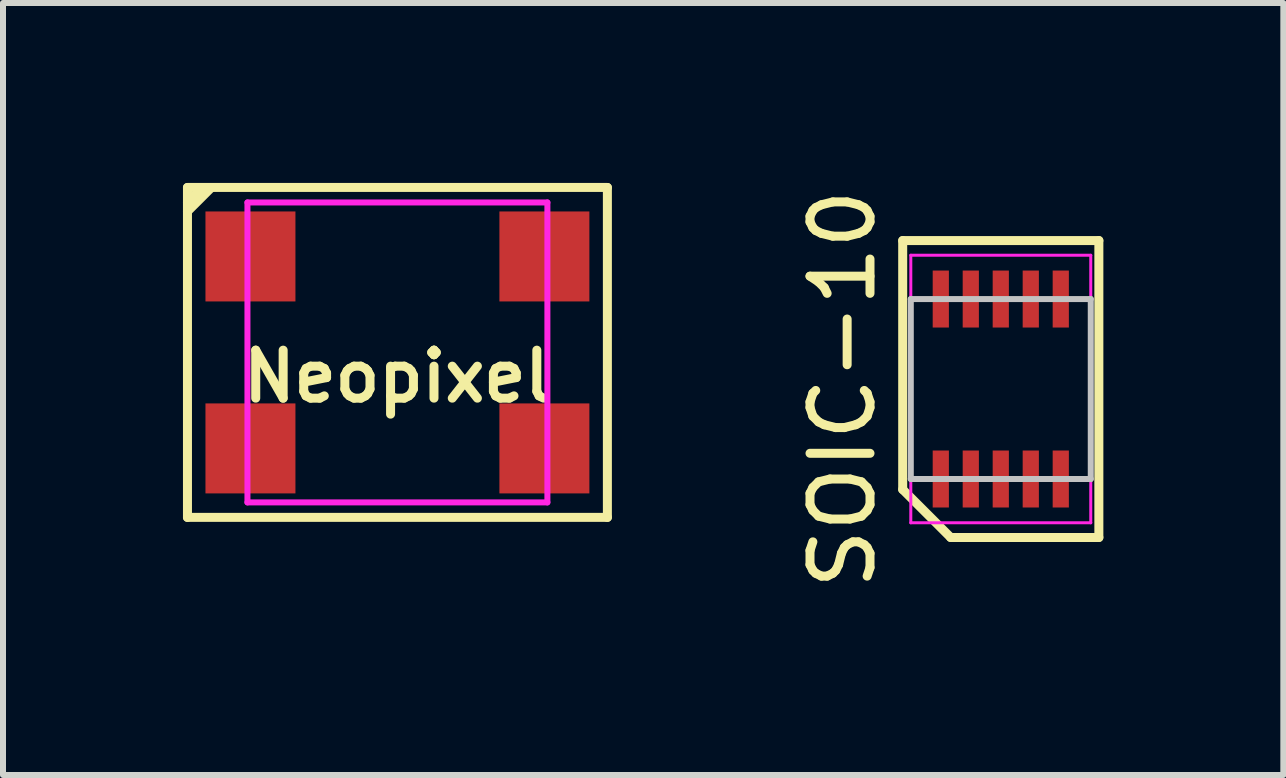
<source format=kicad_pcb>
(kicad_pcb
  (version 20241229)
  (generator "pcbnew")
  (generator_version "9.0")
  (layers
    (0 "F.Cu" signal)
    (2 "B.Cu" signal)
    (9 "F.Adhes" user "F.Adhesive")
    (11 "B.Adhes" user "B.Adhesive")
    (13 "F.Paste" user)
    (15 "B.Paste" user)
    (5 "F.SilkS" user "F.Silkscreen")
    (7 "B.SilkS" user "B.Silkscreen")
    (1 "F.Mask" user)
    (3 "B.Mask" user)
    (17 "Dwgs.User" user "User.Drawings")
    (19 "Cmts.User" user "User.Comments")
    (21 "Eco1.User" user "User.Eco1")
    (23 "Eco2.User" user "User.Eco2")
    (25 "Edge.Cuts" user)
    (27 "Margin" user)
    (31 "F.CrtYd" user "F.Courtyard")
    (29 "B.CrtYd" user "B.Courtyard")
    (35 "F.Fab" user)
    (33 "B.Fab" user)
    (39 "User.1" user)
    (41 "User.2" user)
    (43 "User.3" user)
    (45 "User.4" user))
  (footprint "Neopixel"
    (layer "F.Cu")
    (at 3.575 2.825)
    (property "Reference" "Neopixel" (at 0 0.4 0) (layer "F.SilkS") (effects (font (size 0.8 0.8) (thickness 0.15))))
    (attr smd)
    (fp_line (start -3.5 -2.75) (end 3.5 -2.75) (stroke (width 0.15) (type solid)) (layer "F.SilkS"))
    (fp_line (start -3.5 -2.5) (end -3.3 -2.7) (stroke (width 0.15) (type solid)) (layer "F.SilkS"))
    (fp_line (start -3.5 2.75) (end -3.5 -2.75) (stroke (width 0.15) (type solid)) (layer "F.SilkS"))
    (fp_line (start -3.3 -2.7) (end -3.25 -2.75) (stroke (width 0.15) (type solid)) (layer "F.SilkS"))
    (fp_line (start -3.1 -2.75) (end -3.5 -2.35) (stroke (width 0.15) (type solid)) (layer "F.SilkS"))
    (fp_line (start 3.5 -2.75) (end 3.5 2.75) (stroke (width 0.15) (type solid)) (layer "F.SilkS"))
    (fp_line (start 3.5 2.75) (end -3.5 2.75) (stroke (width 0.15) (type solid)) (layer "F.SilkS"))
    (fp_line (start -2.5 -2.5) (end 2.5 -2.5) (stroke (width 0.1) (type solid)) (layer "F.CrtYd"))
    (fp_line (start -2.5 2.5) (end -2.5 -2.5) (stroke (width 0.1) (type solid)) (layer "F.CrtYd"))
    (fp_line (start 2.5 -2.5) (end 2.5 2.5) (stroke (width 0.1) (type solid)) (layer "F.CrtYd"))
    (fp_line (start 2.5 2.5) (end -2.5 2.5) (stroke (width 0.1) (type solid)) (layer "F.CrtYd"))
    (pad "1" smd rect (at -2.45 -1.6) (size 1.5 1.5) (layers "F.Cu" "F.Mask" "F.Paste"))
    (pad "2" smd rect (at -2.45 1.6) (size 1.5 1.5) (layers "F.Cu" "F.Mask" "F.Paste"))
    (pad "3" smd rect (at 2.45 1.6) (size 1.5 1.5) (layers "F.Cu" "F.Mask" "F.Paste"))
    (pad "4" smd rect (at 2.45 -1.6) (size 1.5 1.5) (layers "F.Cu" "F.Mask" "F.Paste")))
  (footprint "SOIC-10"
    (layer "F.Cu")
    (at 13.633 3.435)
    (property "Reference" "SOIC-10" (at -2.635 0 90) (layer "F.SilkS") (effects (font (size 1 1) (thickness 0.15))))
    (attr smd)
    (fp_line (start -1.635 -2.475) (end 1.635 -2.475) (stroke (width 0.15) (type solid)) (layer "F.SilkS"))
    (fp_line (start -1.635 1.675) (end -1.635 -2.475) (stroke (width 0.15) (type solid)) (layer "F.SilkS"))
    (fp_line (start -0.835 2.475) (end -1.635 1.675) (stroke (width 0.15) (type solid)) (layer "F.SilkS"))
    (fp_line (start 1.635 -2.475) (end 1.635 2.475) (stroke (width 0.15) (type solid)) (layer "F.SilkS"))
    (fp_line (start 1.635 2.475) (end -0.835 2.475) (stroke (width 0.15) (type solid)) (layer "F.SilkS"))
    (fp_line (start -1.5 -1.5) (end 1.5 -1.5) (stroke (width 0.1) (type solid)) (layer "Dwgs.User"))
    (fp_line (start -1.5 1.5) (end -1.5 -1.5) (stroke (width 0.1) (type solid)) (layer "Dwgs.User"))
    (fp_line (start 1.5 -1.5) (end 1.5 1.5) (stroke (width 0.1) (type solid)) (layer "Dwgs.User"))
    (fp_line (start 1.5 1.5) (end -1.5 1.5) (stroke (width 0.1) (type solid)) (layer "Dwgs.User"))
    (fp_line (start -1.5 -2.23) (end 1.5 -2.23) (stroke (width 0.05) (type solid)) (layer "F.CrtYd"))
    (fp_line (start -1.5 2.23) (end -1.5 -2.23) (stroke (width 0.05) (type solid)) (layer "F.CrtYd"))
    (fp_line (start 1.5 -2.23) (end 1.5 2.23) (stroke (width 0.05) (type solid)) (layer "F.CrtYd"))
    (fp_line (start 1.5 2.23) (end -1.5 2.23) (stroke (width 0.05) (type solid)) (layer "F.CrtYd"))
    (pad "1" smd rect (at -1 1.5) (size 0.27 0.95) (layers "F.Cu" "F.Mask" "F.Paste"))
    (pad "2" smd rect (at -0.5 1.5) (size 0.27 0.95) (layers "F.Cu" "F.Mask" "F.Paste"))
    (pad "3" smd rect (at 0 1.5) (size 0.27 0.95) (layers "F.Cu" "F.Mask" "F.Paste"))
    (pad "4" smd rect (at 0.5 1.5) (size 0.27 0.95) (layers "F.Cu" "F.Mask" "F.Paste"))
    (pad "5" smd rect (at 1 1.5) (size 0.27 0.95) (layers "F.Cu" "F.Mask" "F.Paste"))
    (pad "6" smd rect (at 1 -1.5) (size 0.27 0.95) (layers "F.Cu" "F.Mask" "F.Paste"))
    (pad "7" smd rect (at 0.5 -1.5) (size 0.27 0.95) (layers "F.Cu" "F.Mask" "F.Paste"))
    (pad "8" smd rect (at 0 -1.5) (size 0.27 0.95) (layers "F.Cu" "F.Mask" "F.Paste"))
    (pad "9" smd rect (at -0.5 -1.5) (size 0.27 0.95) (layers "F.Cu" "F.Mask" "F.Paste"))
    (pad "10" smd rect (at -1 -1.5) (size 0.27 0.95) (layers "F.Cu" "F.Mask" "F.Paste")))
  (gr_rect
    (start -3 -3)
    (end 18.343 9.869)
    (stroke (width 0.1) (type default))
    (fill no)
    (layer "Edge.Cuts")))
</source>
